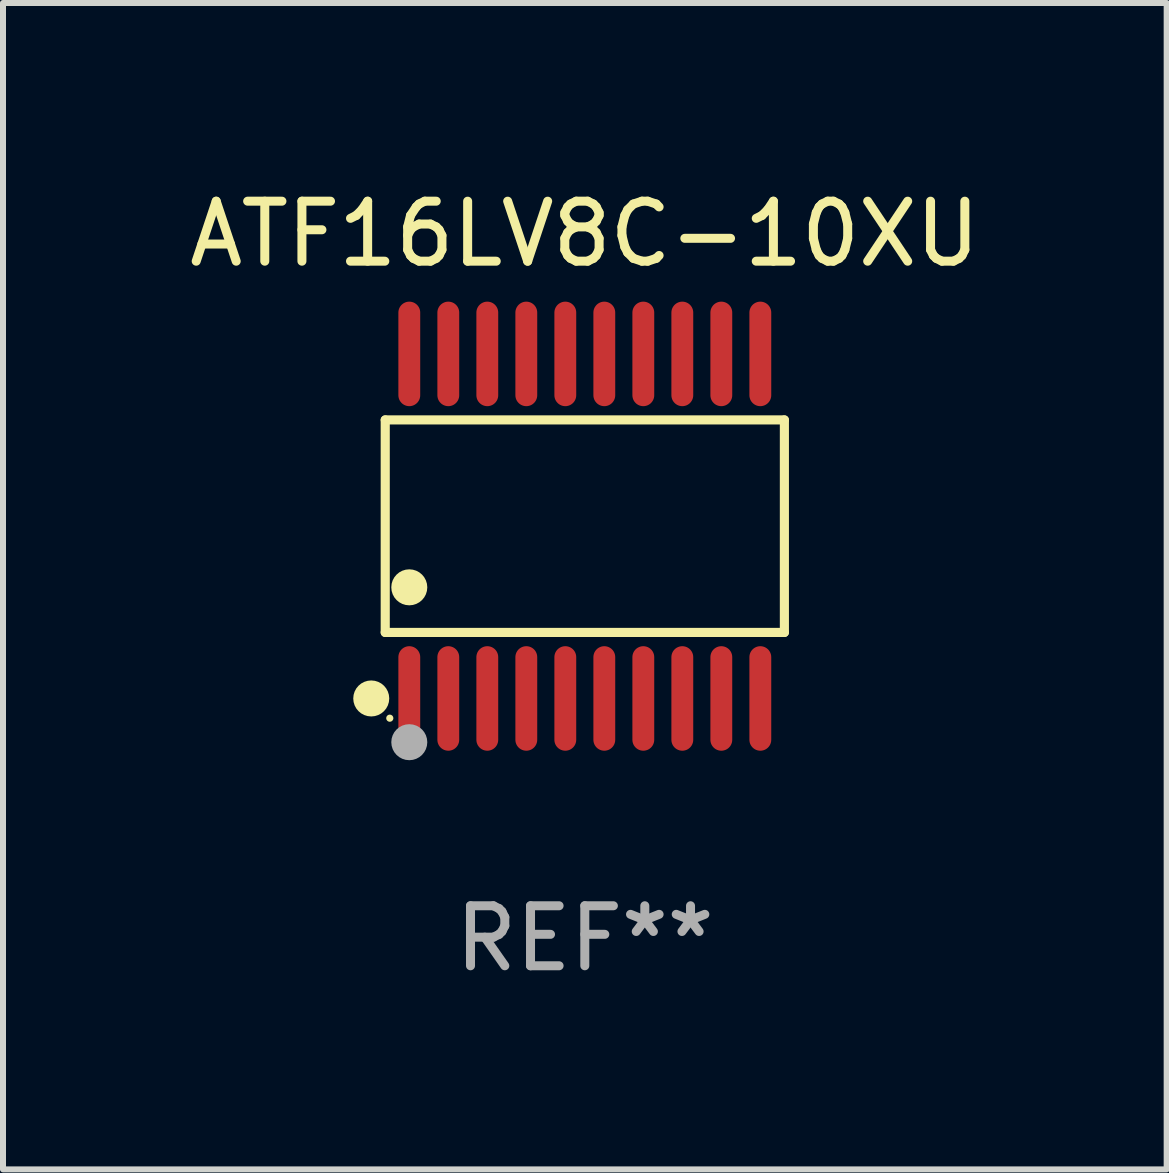
<source format=kicad_pcb>
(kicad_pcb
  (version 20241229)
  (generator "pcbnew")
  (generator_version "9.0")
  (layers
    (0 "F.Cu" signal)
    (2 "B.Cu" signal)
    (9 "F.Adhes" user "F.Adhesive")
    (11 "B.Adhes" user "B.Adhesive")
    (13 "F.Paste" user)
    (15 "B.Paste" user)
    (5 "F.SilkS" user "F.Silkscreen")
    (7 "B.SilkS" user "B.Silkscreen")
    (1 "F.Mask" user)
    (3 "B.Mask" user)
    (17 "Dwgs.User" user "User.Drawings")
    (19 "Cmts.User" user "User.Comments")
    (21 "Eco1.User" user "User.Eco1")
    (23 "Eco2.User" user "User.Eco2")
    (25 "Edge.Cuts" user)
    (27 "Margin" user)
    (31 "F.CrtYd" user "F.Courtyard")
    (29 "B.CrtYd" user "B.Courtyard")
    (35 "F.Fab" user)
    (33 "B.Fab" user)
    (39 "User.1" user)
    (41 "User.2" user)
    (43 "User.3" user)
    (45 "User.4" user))
  (footprint "ATF16LV8C-10XU"
    (layer "F.Cu")
    (at 6.696 5.719)
    (property "Reference" "ATF16LV8C-10XU" (at 0 -4.871 0) (layer "F.SilkS") (effects (font (size 1 1) (thickness 0.15))))
    (attr through_hole)
    (fp_line (start -3.326 -1.771) (end 3.326 -1.771) (stroke (width 0.152) (type solid)) (layer "F.SilkS"))
    (fp_line (start -3.326 1.771) (end -3.326 -1.771) (stroke (width 0.152) (type solid)) (layer "F.SilkS"))
    (fp_line (start 3.326 -1.771) (end 3.326 1.771) (stroke (width 0.152) (type solid)) (layer "F.SilkS"))
    (fp_line (start 3.326 1.771) (end -3.326 1.771) (stroke (width 0.152) (type solid)) (layer "F.SilkS"))
    (fp_circle (center -3.559 2.871) (end -3.409 2.871) (stroke (width 0.3) (type solid)) (fill no) (layer "F.SilkS"))
    (fp_circle (center -3.25 3.2) (end -3.22 3.2) (stroke (width 0.06) (type solid)) (fill no) (layer "F.SilkS"))
    (fp_circle (center -2.925 1.019) (end -2.775 1.019) (stroke (width 0.3) (type solid)) (fill no) (layer "F.SilkS"))
    (fp_circle (center -2.925 3.6) (end -2.775 3.6) (stroke (width 0.3) (type solid)) (fill no) (layer "F.Fab"))
    (fp_text user "REF**" (at 0 6.871 0) (layer "F.Fab") (effects (font (size 1 1) (thickness 0.15))))
    (pad "1" smd oval (at -2.925 2.871) (size 0.364 1.742) (layers "F.Cu" "F.Mask" "F.Paste"))
    (pad "2" smd oval (at -2.275 2.871) (size 0.364 1.742) (layers "F.Cu" "F.Mask" "F.Paste"))
    (pad "3" smd oval (at -1.625 2.871) (size 0.364 1.742) (layers "F.Cu" "F.Mask" "F.Paste"))
    (pad "4" smd oval (at -0.975 2.871) (size 0.364 1.742) (layers "F.Cu" "F.Mask" "F.Paste"))
    (pad "5" smd oval (at -0.325 2.871) (size 0.364 1.742) (layers "F.Cu" "F.Mask" "F.Paste"))
    (pad "6" smd oval (at 0.325 2.871) (size 0.364 1.742) (layers "F.Cu" "F.Mask" "F.Paste"))
    (pad "7" smd oval (at 0.975 2.871) (size 0.364 1.742) (layers "F.Cu" "F.Mask" "F.Paste"))
    (pad "8" smd oval (at 1.625 2.871) (size 0.364 1.742) (layers "F.Cu" "F.Mask" "F.Paste"))
    (pad "9" smd oval (at 2.275 2.871) (size 0.364 1.742) (layers "F.Cu" "F.Mask" "F.Paste"))
    (pad "10" smd oval (at 2.925 2.871) (size 0.364 1.742) (layers "F.Cu" "F.Mask" "F.Paste"))
    (pad "11" smd oval (at 2.925 -2.871) (size 0.364 1.742) (layers "F.Cu" "F.Mask" "F.Paste"))
    (pad "12" smd oval (at 2.275 -2.871) (size 0.364 1.742) (layers "F.Cu" "F.Mask" "F.Paste"))
    (pad "13" smd oval (at 1.625 -2.871) (size 0.364 1.742) (layers "F.Cu" "F.Mask" "F.Paste"))
    (pad "14" smd oval (at 0.975 -2.871) (size 0.364 1.742) (layers "F.Cu" "F.Mask" "F.Paste"))
    (pad "15" smd oval (at 0.325 -2.871) (size 0.364 1.742) (layers "F.Cu" "F.Mask" "F.Paste"))
    (pad "16" smd oval (at -0.325 -2.871) (size 0.364 1.742) (layers "F.Cu" "F.Mask" "F.Paste"))
    (pad "17" smd oval (at -0.975 -2.871) (size 0.364 1.742) (layers "F.Cu" "F.Mask" "F.Paste"))
    (pad "18" smd oval (at -1.625 -2.871) (size 0.364 1.742) (layers "F.Cu" "F.Mask" "F.Paste"))
    (pad "19" smd oval (at -2.275 -2.871) (size 0.364 1.742) (layers "F.Cu" "F.Mask" "F.Paste"))
    (pad "20" smd oval (at -2.925 -2.871) (size 0.364 1.742) (layers "F.Cu" "F.Mask" "F.Paste")))
  (gr_rect
    (start -3 -3)
    (end 16.393 16.438)
    (stroke (width 0.1) (type default))
    (fill no)
    (layer "Edge.Cuts")))
</source>
